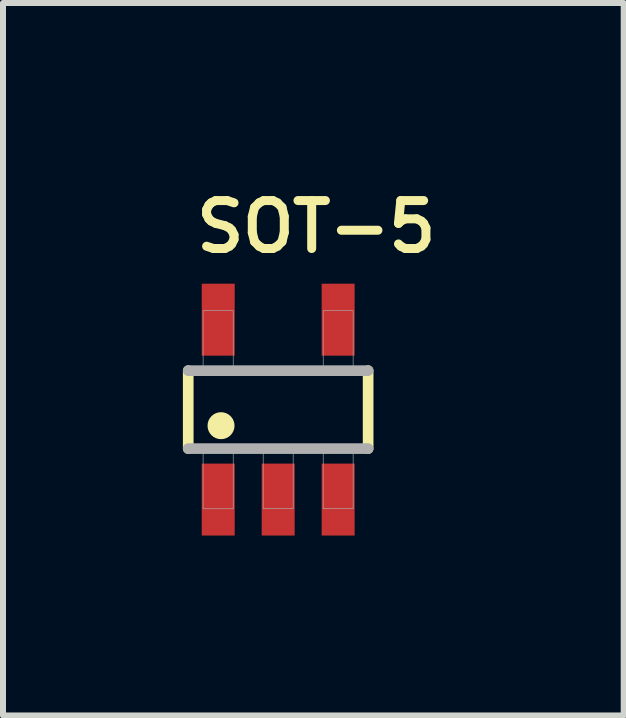
<source format=kicad_pcb>
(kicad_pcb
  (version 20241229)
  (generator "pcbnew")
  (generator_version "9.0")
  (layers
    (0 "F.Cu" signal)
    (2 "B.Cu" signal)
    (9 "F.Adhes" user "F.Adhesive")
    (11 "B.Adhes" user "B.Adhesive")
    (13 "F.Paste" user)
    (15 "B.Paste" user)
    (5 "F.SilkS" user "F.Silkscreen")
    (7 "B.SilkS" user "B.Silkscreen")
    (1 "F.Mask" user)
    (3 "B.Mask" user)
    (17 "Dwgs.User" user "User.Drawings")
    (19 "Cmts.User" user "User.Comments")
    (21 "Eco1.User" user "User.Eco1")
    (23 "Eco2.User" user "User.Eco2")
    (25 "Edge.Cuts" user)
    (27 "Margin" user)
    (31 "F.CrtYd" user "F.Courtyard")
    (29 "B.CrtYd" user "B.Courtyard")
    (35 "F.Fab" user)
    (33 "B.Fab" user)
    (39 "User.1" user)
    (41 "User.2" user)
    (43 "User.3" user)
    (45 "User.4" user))
  (footprint "SOT-5"
    (layer "F.Cu")
    (at 1.589 3.781)
    (property "Reference" "SOT-5" (at 0.635 -3.049 0) (layer "F.SilkS") (effects (font (size 0.8 0.8) (thickness 0.15))))
    (attr through_hole)
    (fp_line (start -1.5 0.65) (end -1.5 -0.65) (stroke (width 0.178) (type solid)) (layer "F.SilkS"))
    (fp_line (start 1.5 -0.65) (end 1.5 0.65) (stroke (width 0.178) (type solid)) (layer "F.SilkS"))
    (fp_circle (center -0.953 0.268) (end -0.728 0.268) (stroke (width 0) (type solid)) (fill yes) (layer "F.SilkS"))
    (fp_line (start -1.5 -0.65) (end 1.5 -0.65) (stroke (width 0.178) (type solid)) (layer "F.Fab"))
    (fp_line (start 1.5 0.65) (end -1.5 0.65) (stroke (width 0.178) (type solid)) (layer "F.Fab"))
    (fp_poly (pts (xy -1.252 -1.65) (xy -0.75 -1.65) (xy -0.75 -0.676) (xy -1.252 -0.676)) (stroke (width 0.01) (type solid)) (fill no) (layer "F.Fab"))
    (fp_poly (pts (xy -1.252 0.675) (xy -0.75 0.675) (xy -0.75 1.653) (xy -1.252 1.653)) (stroke (width 0.01) (type solid)) (fill no) (layer "F.Fab"))
    (fp_poly (pts (xy -0.25 0.675) (xy 0.25 0.675) (xy 0.25 1.651) (xy -0.25 1.651)) (stroke (width 0.01) (type solid)) (fill no) (layer "F.Fab"))
    (fp_poly (pts (xy 0.751 0.675) (xy 1.25 0.675) (xy 1.25 1.652) (xy 0.751 1.652)) (stroke (width 0.01) (type solid)) (fill no) (layer "F.Fab"))
    (fp_poly (pts (xy 0.751 -1.65) (xy 1.25 -1.65) (xy 1.25 -0.676) (xy 0.751 -0.676)) (stroke (width 0.01) (type solid)) (fill no) (layer "F.Fab"))
    (pad "1" smd rect (at -1 1.5) (size 0.55 1.2) (layers "F.Cu" "F.Mask" "F.Paste"))
    (pad "2" smd rect (at 0 1.5) (size 0.55 1.2) (layers "F.Cu" "F.Mask" "F.Paste"))
    (pad "3" smd rect (at 1 1.5) (size 0.55 1.2) (layers "F.Cu" "F.Mask" "F.Paste"))
    (pad "4" smd rect (at 1 -1.5) (size 0.55 1.2) (layers "F.Cu" "F.Mask" "F.Paste"))
    (pad "5" smd rect (at -1 -1.5) (size 0.55 1.2) (layers "F.Cu" "F.Mask" "F.Paste")))
  (gr_rect
    (start -3 -3)
    (end 7.351 8.881)
    (stroke (width 0.1) (type default))
    (fill no)
    (layer "Edge.Cuts")))
</source>
